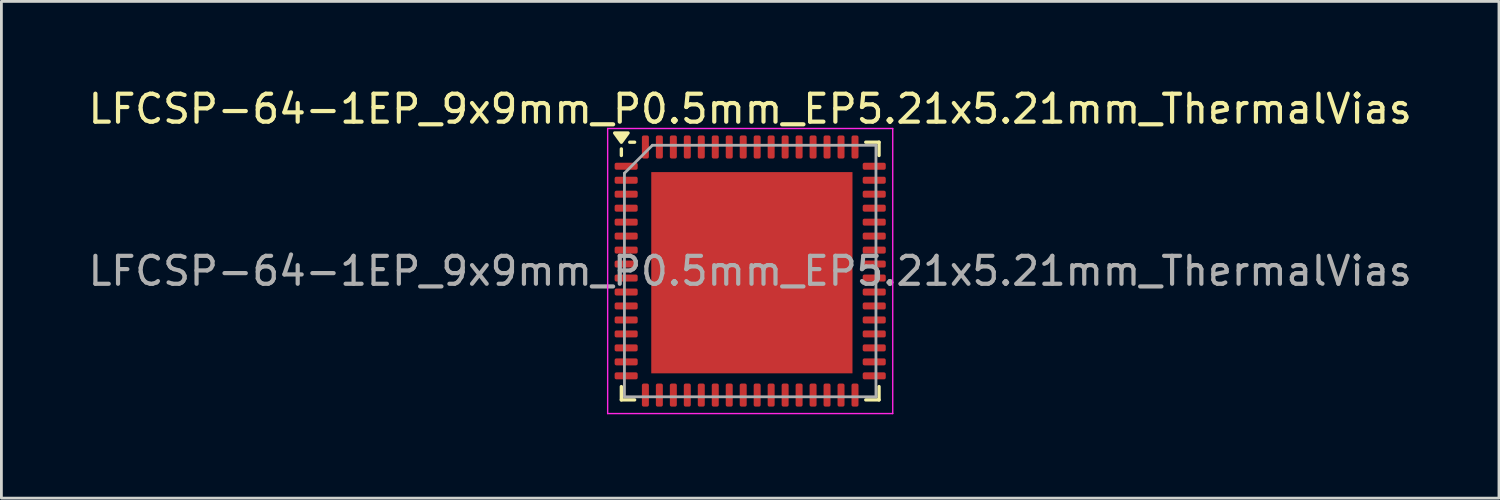
<source format=kicad_pcb>
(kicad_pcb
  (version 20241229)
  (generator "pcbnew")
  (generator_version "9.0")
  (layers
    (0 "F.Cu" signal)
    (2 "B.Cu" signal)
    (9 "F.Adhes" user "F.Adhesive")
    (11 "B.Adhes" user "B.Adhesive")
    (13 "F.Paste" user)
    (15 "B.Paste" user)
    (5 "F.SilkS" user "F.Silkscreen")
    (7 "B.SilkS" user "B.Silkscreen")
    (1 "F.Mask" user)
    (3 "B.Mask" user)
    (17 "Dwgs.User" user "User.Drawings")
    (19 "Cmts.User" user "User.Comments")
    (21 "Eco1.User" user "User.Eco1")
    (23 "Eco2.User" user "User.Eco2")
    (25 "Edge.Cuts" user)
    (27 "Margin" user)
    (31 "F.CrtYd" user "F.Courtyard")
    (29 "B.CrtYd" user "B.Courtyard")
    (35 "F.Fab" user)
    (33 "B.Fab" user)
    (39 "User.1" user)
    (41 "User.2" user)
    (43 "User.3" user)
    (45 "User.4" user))
  (footprint "LFCSP-64-1EP_9x9mm_P0.5mm_EP5.21x5.21mm_ThermalVias"
    (layer "F.Cu")
    (at 23.792 6.648)
    (property "Reference" "LFCSP-64-1EP_9x9mm_P0.5mm_EP5.21x5.21mm_ThermalVias" (at 0 -5.8 0) (layer "F.SilkS") (effects (font (size 1 1) (thickness 0.15))))
    (attr smd)
    (fp_line (start -4.61 -4.135) (end -4.61 -4.37) (stroke (width 0.12) (type solid)) (layer "F.SilkS"))
    (fp_line (start -4.61 4.61) (end -4.61 4.135) (stroke (width 0.12) (type solid)) (layer "F.SilkS"))
    (fp_line (start -4.135 -4.61) (end -4.31 -4.61) (stroke (width 0.12) (type solid)) (layer "F.SilkS"))
    (fp_line (start -4.135 4.61) (end -4.61 4.61) (stroke (width 0.12) (type solid)) (layer "F.SilkS"))
    (fp_line (start 4.135 -4.61) (end 4.61 -4.61) (stroke (width 0.12) (type solid)) (layer "F.SilkS"))
    (fp_line (start 4.135 4.61) (end 4.61 4.61) (stroke (width 0.12) (type solid)) (layer "F.SilkS"))
    (fp_line (start 4.61 -4.61) (end 4.61 -4.135) (stroke (width 0.12) (type solid)) (layer "F.SilkS"))
    (fp_line (start 4.61 4.61) (end 4.61 4.135) (stroke (width 0.12) (type solid)) (layer "F.SilkS"))
    (fp_poly (pts (xy -4.61 -4.61) (xy -4.85 -4.94) (xy -4.37 -4.94) (xy -4.61 -4.61)) (stroke (width 0.12) (type solid)) (fill yes) (layer "F.SilkS"))
    (fp_poly (pts (xy -3.24 -3.24) (xy -2.08 -3.24) (xy -2.08 -2.08) (xy -3.24 -2.08)) (stroke (width 0.01) (type solid)) (fill yes) (layer "F.Paste"))
    (fp_poly (pts (xy -3.24 -1.88) (xy -2.08 -1.88) (xy -2.08 -0.72) (xy -3.24 -0.72)) (stroke (width 0.01) (type solid)) (fill yes) (layer "F.Paste"))
    (fp_poly (pts (xy -3.24 -0.52) (xy -2.08 -0.52) (xy -2.08 0.64) (xy -3.24 0.64)) (stroke (width 0.01) (type solid)) (fill yes) (layer "F.Paste"))
    (fp_poly (pts (xy -3.24 0.84) (xy -2.08 0.84) (xy -2.08 2) (xy -3.24 2)) (stroke (width 0.01) (type solid)) (fill yes) (layer "F.Paste"))
    (fp_poly (pts (xy -3.24 2.2) (xy -2.08 2.2) (xy -2.08 3.36) (xy -3.24 3.36)) (stroke (width 0.01) (type solid)) (fill yes) (layer "F.Paste"))
    (fp_poly (pts (xy -1.88 -3.24) (xy -0.72 -3.24) (xy -0.72 -2.08) (xy -1.88 -2.08)) (stroke (width 0.01) (type solid)) (fill yes) (layer "F.Paste"))
    (fp_poly (pts (xy -1.88 -1.88) (xy -0.72 -1.88) (xy -0.72 -0.72) (xy -1.88 -0.72)) (stroke (width 0.01) (type solid)) (fill yes) (layer "F.Paste"))
    (fp_poly (pts (xy -1.88 -0.52) (xy -0.72 -0.52) (xy -0.72 0.64) (xy -1.88 0.64)) (stroke (width 0.01) (type solid)) (fill yes) (layer "F.Paste"))
    (fp_poly (pts (xy -1.88 0.84) (xy -0.72 0.84) (xy -0.72 2) (xy -1.88 2)) (stroke (width 0.01) (type solid)) (fill yes) (layer "F.Paste"))
    (fp_poly (pts (xy -1.88 2.2) (xy -0.72 2.2) (xy -0.72 3.36) (xy -1.88 3.36)) (stroke (width 0.01) (type solid)) (fill yes) (layer "F.Paste"))
    (fp_poly (pts (xy -0.52 -3.24) (xy 0.64 -3.24) (xy 0.64 -2.08) (xy -0.52 -2.08)) (stroke (width 0.01) (type solid)) (fill yes) (layer "F.Paste"))
    (fp_poly (pts (xy -0.52 -1.88) (xy 0.64 -1.88) (xy 0.64 -0.72) (xy -0.52 -0.72)) (stroke (width 0.01) (type solid)) (fill yes) (layer "F.Paste"))
    (fp_poly (pts (xy -0.52 -0.52) (xy 0.64 -0.52) (xy 0.64 0.64) (xy -0.52 0.64)) (stroke (width 0.01) (type solid)) (fill yes) (layer "F.Paste"))
    (fp_poly (pts (xy -0.52 0.84) (xy 0.64 0.84) (xy 0.64 2) (xy -0.52 2)) (stroke (width 0.01) (type solid)) (fill yes) (layer "F.Paste"))
    (fp_poly (pts (xy -0.52 2.2) (xy 0.64 2.2) (xy 0.64 3.36) (xy -0.52 3.36)) (stroke (width 0.01) (type solid)) (fill yes) (layer "F.Paste"))
    (fp_poly (pts (xy 0.84 -3.24) (xy 2 -3.24) (xy 2 -2.08) (xy 0.84 -2.08)) (stroke (width 0.01) (type solid)) (fill yes) (layer "F.Paste"))
    (fp_poly (pts (xy 0.84 -1.88) (xy 2 -1.88) (xy 2 -0.72) (xy 0.84 -0.72)) (stroke (width 0.01) (type solid)) (fill yes) (layer "F.Paste"))
    (fp_poly (pts (xy 0.84 -0.52) (xy 2 -0.52) (xy 2 0.64) (xy 0.84 0.64)) (stroke (width 0.01) (type solid)) (fill yes) (layer "F.Paste"))
    (fp_poly (pts (xy 0.84 0.84) (xy 2 0.84) (xy 2 2) (xy 0.84 2)) (stroke (width 0.01) (type solid)) (fill yes) (layer "F.Paste"))
    (fp_poly (pts (xy 0.84 2.2) (xy 2 2.2) (xy 2 3.36) (xy 0.84 3.36)) (stroke (width 0.01) (type solid)) (fill yes) (layer "F.Paste"))
    (fp_poly (pts (xy 2.2 -1.88) (xy 3.36 -1.88) (xy 3.36 -0.72) (xy 2.2 -0.72)) (stroke (width 0.01) (type solid)) (fill yes) (layer "F.Paste"))
    (fp_poly (pts (xy 2.2 -0.52) (xy 3.36 -0.52) (xy 3.36 0.64) (xy 2.2 0.64)) (stroke (width 0.01) (type solid)) (fill yes) (layer "F.Paste"))
    (fp_poly (pts (xy 2.2 0.84) (xy 3.36 0.84) (xy 3.36 2) (xy 2.2 2)) (stroke (width 0.01) (type solid)) (fill yes) (layer "F.Paste"))
    (fp_poly (pts (xy 2.2 2.2) (xy 3.36 2.2) (xy 3.36 3.36) (xy 2.2 3.36)) (stroke (width 0.01) (type solid)) (fill yes) (layer "F.Paste"))
    (fp_line (start -5.1 -5.1) (end -5.1 5.1) (stroke (width 0.05) (type solid)) (layer "F.CrtYd"))
    (fp_line (start -5.1 5.1) (end 5.1 5.1) (stroke (width 0.05) (type solid)) (layer "F.CrtYd"))
    (fp_line (start 5.1 -5.1) (end -5.1 -5.1) (stroke (width 0.05) (type solid)) (layer "F.CrtYd"))
    (fp_line (start 5.1 5.1) (end 5.1 -5.1) (stroke (width 0.05) (type solid)) (layer "F.CrtYd"))
    (fp_line (start -4.5 -3.5) (end -3.5 -4.5) (stroke (width 0.1) (type solid)) (layer "F.Fab"))
    (fp_line (start -4.5 4.5) (end -4.5 -3.5) (stroke (width 0.1) (type solid)) (layer "F.Fab"))
    (fp_line (start -3.5 -4.5) (end 4.5 -4.5) (stroke (width 0.1) (type solid)) (layer "F.Fab"))
    (fp_line (start 4.5 -4.5) (end 4.5 4.5) (stroke (width 0.1) (type solid)) (layer "F.Fab"))
    (fp_line (start 4.5 4.5) (end -4.5 4.5) (stroke (width 0.1) (type solid)) (layer "F.Fab"))
    (fp_text user "${REFERENCE}" (at 0 0 0) (layer "F.Fab") (effects (font (size 1 1) (thickness 0.15))))
    (pad "1" smd roundrect (at -4.438 -3.75) (size 0.825 0.25) (layers "F.Cu" "F.Mask" "F.Paste") (roundrect_rratio 0.25))
    (pad "2" smd roundrect (at -4.438 -3.25) (size 0.825 0.25) (layers "F.Cu" "F.Mask" "F.Paste") (roundrect_rratio 0.25))
    (pad "3" smd roundrect (at -4.438 -2.75) (size 0.825 0.25) (layers "F.Cu" "F.Mask" "F.Paste") (roundrect_rratio 0.25))
    (pad "4" smd roundrect (at -4.438 -2.25) (size 0.825 0.25) (layers "F.Cu" "F.Mask" "F.Paste") (roundrect_rratio 0.25))
    (pad "5" smd roundrect (at -4.438 -1.75) (size 0.825 0.25) (layers "F.Cu" "F.Mask" "F.Paste") (roundrect_rratio 0.25))
    (pad "6" smd roundrect (at -4.438 -1.25) (size 0.825 0.25) (layers "F.Cu" "F.Mask" "F.Paste") (roundrect_rratio 0.25))
    (pad "7" smd roundrect (at -4.438 -0.75) (size 0.825 0.25) (layers "F.Cu" "F.Mask" "F.Paste") (roundrect_rratio 0.25))
    (pad "8" smd roundrect (at -4.438 -0.25) (size 0.825 0.25) (layers "F.Cu" "F.Mask" "F.Paste") (roundrect_rratio 0.25))
    (pad "9" smd roundrect (at -4.438 0.25) (size 0.825 0.25) (layers "F.Cu" "F.Mask" "F.Paste") (roundrect_rratio 0.25))
    (pad "10" smd roundrect (at -4.438 0.75) (size 0.825 0.25) (layers "F.Cu" "F.Mask" "F.Paste") (roundrect_rratio 0.25))
    (pad "11" smd roundrect (at -4.438 1.25) (size 0.825 0.25) (layers "F.Cu" "F.Mask" "F.Paste") (roundrect_rratio 0.25))
    (pad "12" smd roundrect (at -4.438 1.75) (size 0.825 0.25) (layers "F.Cu" "F.Mask" "F.Paste") (roundrect_rratio 0.25))
    (pad "13" smd roundrect (at -4.438 2.25) (size 0.825 0.25) (layers "F.Cu" "F.Mask" "F.Paste") (roundrect_rratio 0.25))
    (pad "14" smd roundrect (at -4.438 2.75) (size 0.825 0.25) (layers "F.Cu" "F.Mask" "F.Paste") (roundrect_rratio 0.25))
    (pad "15" smd roundrect (at -4.438 3.25) (size 0.825 0.25) (layers "F.Cu" "F.Mask" "F.Paste") (roundrect_rratio 0.25))
    (pad "16" smd roundrect (at -4.438 3.75) (size 0.825 0.25) (layers "F.Cu" "F.Mask" "F.Paste") (roundrect_rratio 0.25))
    (pad "17" smd roundrect (at -3.75 4.438) (size 0.25 0.825) (layers "F.Cu" "F.Mask" "F.Paste") (roundrect_rratio 0.25))
    (pad "18" smd roundrect (at -3.25 4.438) (size 0.25 0.825) (layers "F.Cu" "F.Mask" "F.Paste") (roundrect_rratio 0.25))
    (pad "19" smd roundrect (at -2.75 4.438) (size 0.25 0.825) (layers "F.Cu" "F.Mask" "F.Paste") (roundrect_rratio 0.25))
    (pad "20" smd roundrect (at -2.25 4.438) (size 0.25 0.825) (layers "F.Cu" "F.Mask" "F.Paste") (roundrect_rratio 0.25))
    (pad "21" smd roundrect (at -1.75 4.438) (size 0.25 0.825) (layers "F.Cu" "F.Mask" "F.Paste") (roundrect_rratio 0.25))
    (pad "22" smd roundrect (at -1.25 4.438) (size 0.25 0.825) (layers "F.Cu" "F.Mask" "F.Paste") (roundrect_rratio 0.25))
    (pad "23" smd roundrect (at -0.75 4.438) (size 0.25 0.825) (layers "F.Cu" "F.Mask" "F.Paste") (roundrect_rratio 0.25))
    (pad "24" smd roundrect (at -0.25 4.438) (size 0.25 0.825) (layers "F.Cu" "F.Mask" "F.Paste") (roundrect_rratio 0.25))
    (pad "25" smd roundrect (at 0.25 4.438) (size 0.25 0.825) (layers "F.Cu" "F.Mask" "F.Paste") (roundrect_rratio 0.25))
    (pad "26" smd roundrect (at 0.75 4.438) (size 0.25 0.825) (layers "F.Cu" "F.Mask" "F.Paste") (roundrect_rratio 0.25))
    (pad "27" smd roundrect (at 1.25 4.438) (size 0.25 0.825) (layers "F.Cu" "F.Mask" "F.Paste") (roundrect_rratio 0.25))
    (pad "28" smd roundrect (at 1.75 4.438) (size 0.25 0.825) (layers "F.Cu" "F.Mask" "F.Paste") (roundrect_rratio 0.25))
    (pad "29" smd roundrect (at 2.25 4.438) (size 0.25 0.825) (layers "F.Cu" "F.Mask" "F.Paste") (roundrect_rratio 0.25))
    (pad "30" smd roundrect (at 2.75 4.438) (size 0.25 0.825) (layers "F.Cu" "F.Mask" "F.Paste") (roundrect_rratio 0.25))
    (pad "31" smd roundrect (at 3.25 4.438) (size 0.25 0.825) (layers "F.Cu" "F.Mask" "F.Paste") (roundrect_rratio 0.25))
    (pad "32" smd roundrect (at 3.75 4.438) (size 0.25 0.825) (layers "F.Cu" "F.Mask" "F.Paste") (roundrect_rratio 0.25))
    (pad "33" smd roundrect (at 4.438 3.75) (size 0.825 0.25) (layers "F.Cu" "F.Mask" "F.Paste") (roundrect_rratio 0.25))
    (pad "34" smd roundrect (at 4.438 3.25) (size 0.825 0.25) (layers "F.Cu" "F.Mask" "F.Paste") (roundrect_rratio 0.25))
    (pad "35" smd roundrect (at 4.438 2.75) (size 0.825 0.25) (layers "F.Cu" "F.Mask" "F.Paste") (roundrect_rratio 0.25))
    (pad "36" smd roundrect (at 4.438 2.25) (size 0.825 0.25) (layers "F.Cu" "F.Mask" "F.Paste") (roundrect_rratio 0.25))
    (pad "37" smd roundrect (at 4.438 1.75) (size 0.825 0.25) (layers "F.Cu" "F.Mask" "F.Paste") (roundrect_rratio 0.25))
    (pad "38" smd roundrect (at 4.438 1.25) (size 0.825 0.25) (layers "F.Cu" "F.Mask" "F.Paste") (roundrect_rratio 0.25))
    (pad "39" smd roundrect (at 4.438 0.75) (size 0.825 0.25) (layers "F.Cu" "F.Mask" "F.Paste") (roundrect_rratio 0.25))
    (pad "40" smd roundrect (at 4.438 0.25) (size 0.825 0.25) (layers "F.Cu" "F.Mask" "F.Paste") (roundrect_rratio 0.25))
    (pad "41" smd roundrect (at 4.438 -0.25) (size 0.825 0.25) (layers "F.Cu" "F.Mask" "F.Paste") (roundrect_rratio 0.25))
    (pad "42" smd roundrect (at 4.438 -0.75) (size 0.825 0.25) (layers "F.Cu" "F.Mask" "F.Paste") (roundrect_rratio 0.25))
    (pad "43" smd roundrect (at 4.438 -1.25) (size 0.825 0.25) (layers "F.Cu" "F.Mask" "F.Paste") (roundrect_rratio 0.25))
    (pad "44" smd roundrect (at 4.438 -1.75) (size 0.825 0.25) (layers "F.Cu" "F.Mask" "F.Paste") (roundrect_rratio 0.25))
    (pad "45" smd roundrect (at 4.438 -2.25) (size 0.825 0.25) (layers "F.Cu" "F.Mask" "F.Paste") (roundrect_rratio 0.25))
    (pad "46" smd roundrect (at 4.438 -2.75) (size 0.825 0.25) (layers "F.Cu" "F.Mask" "F.Paste") (roundrect_rratio 0.25))
    (pad "47" smd roundrect (at 4.438 -3.25) (size 0.825 0.25) (layers "F.Cu" "F.Mask" "F.Paste") (roundrect_rratio 0.25))
    (pad "48" smd roundrect (at 4.438 -3.75) (size 0.825 0.25) (layers "F.Cu" "F.Mask" "F.Paste") (roundrect_rratio 0.25))
    (pad "49" smd roundrect (at 3.75 -4.438) (size 0.25 0.825) (layers "F.Cu" "F.Mask" "F.Paste") (roundrect_rratio 0.25))
    (pad "50" smd roundrect (at 3.25 -4.438) (size 0.25 0.825) (layers "F.Cu" "F.Mask" "F.Paste") (roundrect_rratio 0.25))
    (pad "51" smd roundrect (at 2.75 -4.438) (size 0.25 0.825) (layers "F.Cu" "F.Mask" "F.Paste") (roundrect_rratio 0.25))
    (pad "52" smd roundrect (at 2.25 -4.438) (size 0.25 0.825) (layers "F.Cu" "F.Mask" "F.Paste") (roundrect_rratio 0.25))
    (pad "53" smd roundrect (at 1.75 -4.438) (size 0.25 0.825) (layers "F.Cu" "F.Mask" "F.Paste") (roundrect_rratio 0.25))
    (pad "54" smd roundrect (at 1.25 -4.438) (size 0.25 0.825) (layers "F.Cu" "F.Mask" "F.Paste") (roundrect_rratio 0.25))
    (pad "55" smd roundrect (at 0.75 -4.438) (size 0.25 0.825) (layers "F.Cu" "F.Mask" "F.Paste") (roundrect_rratio 0.25))
    (pad "56" smd roundrect (at 0.25 -4.438) (size 0.25 0.825) (layers "F.Cu" "F.Mask" "F.Paste") (roundrect_rratio 0.25))
    (pad "57" smd roundrect (at -0.25 -4.438) (size 0.25 0.825) (layers "F.Cu" "F.Mask" "F.Paste") (roundrect_rratio 0.25))
    (pad "58" smd roundrect (at -0.75 -4.438) (size 0.25 0.825) (layers "F.Cu" "F.Mask" "F.Paste") (roundrect_rratio 0.25))
    (pad "59" smd roundrect (at -1.25 -4.438) (size 0.25 0.825) (layers "F.Cu" "F.Mask" "F.Paste") (roundrect_rratio 0.25))
    (pad "60" smd roundrect (at -1.75 -4.438) (size 0.25 0.825) (layers "F.Cu" "F.Mask" "F.Paste") (roundrect_rratio 0.25))
    (pad "61" smd roundrect (at -2.25 -4.438) (size 0.25 0.825) (layers "F.Cu" "F.Mask" "F.Paste") (roundrect_rratio 0.25))
    (pad "62" smd roundrect (at -2.75 -4.438) (size 0.25 0.825) (layers "F.Cu" "F.Mask" "F.Paste") (roundrect_rratio 0.25))
    (pad "63" smd roundrect (at -3.25 -4.438) (size 0.25 0.825) (layers "F.Cu" "F.Mask" "F.Paste") (roundrect_rratio 0.25))
    (pad "64" smd roundrect (at -3.75 -4.438) (size 0.25 0.825) (layers "F.Cu" "F.Mask" "F.Paste") (roundrect_rratio 0.25))
    (pad "65" smd rect (at 0.06 0.06) (size 7.2 7.2) (layers "F.Cu" "F.Mask")))
  (gr_rect
    (start -3 -3)
    (end 50.583 14.773)
    (stroke (width 0.1) (type default))
    (fill no)
    (layer "Edge.Cuts")))
</source>
